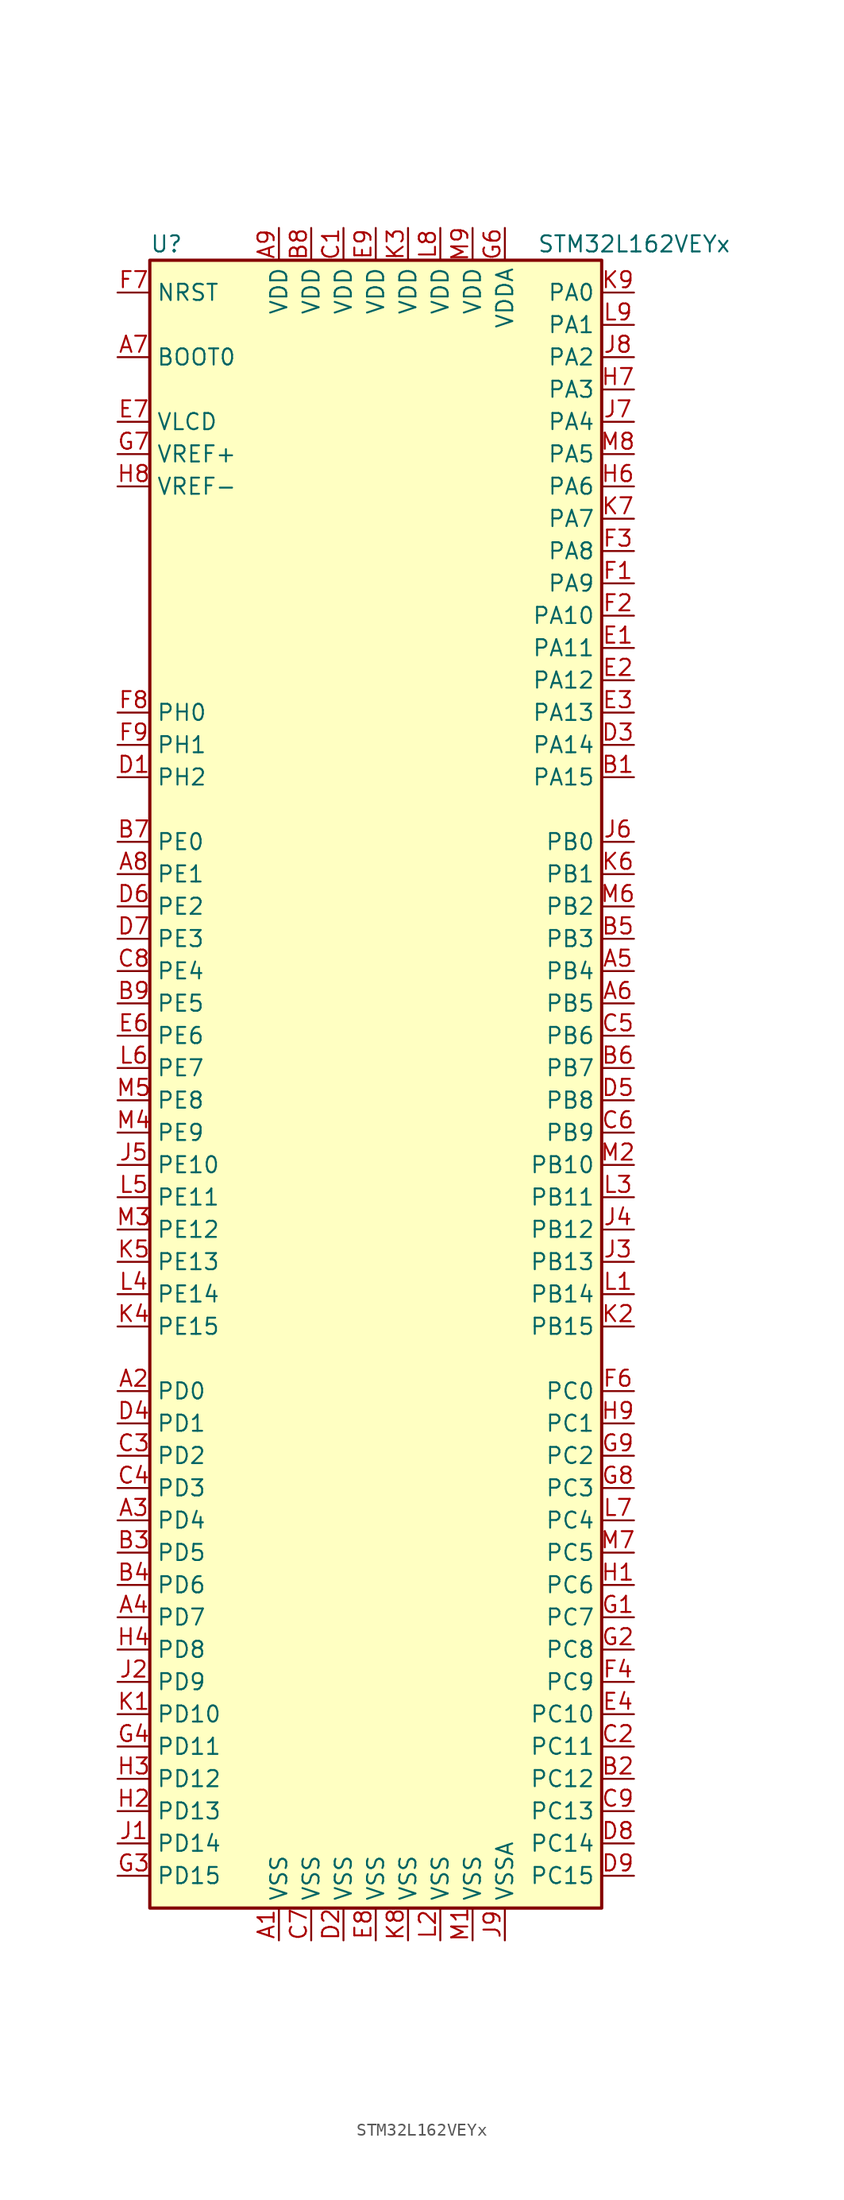
<source format=kicad_sym>
(kicad_symbol_lib
  (version 20201005)
  (generator kicad_symbol_editor)
  (symbol "MCU_ST_STM32L1:STM32L162VEYx"
    (property "Reference" "U"
      (at -17.78 64.77 0)
      (effects (font (size 1.27 1.27)) (justify left)))
    (property "Value" "STM32L162VEYx"
      (at 12.7 64.77 0)
      (effects (font (size 1.27 1.27)) (justify left)))
    (symbol "STM32L162VEYx_0_1"
      (rectangle (start -17.78 -66.04) (end 17.78 63.5) (stroke (width 0.254)) (fill (type background))))
    (symbol "STM32L162VEYx_1_1"
      (pin input line (at -20.32 55.88 0) (length 2.54) (name "BOOT0" (effects (font (size 1.27 1.27)))) (number "A7" (effects (font (size 1.27 1.27)))))
      (pin input line (at -20.32 60.96 0) (length 2.54) (name "NRST" (effects (font (size 1.27 1.27)))) (number "F7" (effects (font (size 1.27 1.27)))))
      (pin bidirectional line (at 20.32 60.96 180) (length 2.54) (name "PA0" (effects (font (size 1.27 1.27)))) (number "K9" (effects (font (size 1.27 1.27)))))
      (pin bidirectional line (at 20.32 58.42 180) (length 2.54) (name "PA1" (effects (font (size 1.27 1.27)))) (number "L9" (effects (font (size 1.27 1.27)))))
      (pin bidirectional line (at 20.32 35.56 180) (length 2.54) (name "PA10" (effects (font (size 1.27 1.27)))) (number "F2" (effects (font (size 1.27 1.27)))))
      (pin bidirectional line (at 20.32 33.02 180) (length 2.54) (name "PA11" (effects (font (size 1.27 1.27)))) (number "E1" (effects (font (size 1.27 1.27)))))
      (pin bidirectional line (at 20.32 30.48 180) (length 2.54) (name "PA12" (effects (font (size 1.27 1.27)))) (number "E2" (effects (font (size 1.27 1.27)))))
      (pin bidirectional line (at 20.32 27.94 180) (length 2.54) (name "PA13" (effects (font (size 1.27 1.27)))) (number "E3" (effects (font (size 1.27 1.27)))))
      (pin bidirectional line (at 20.32 25.4 180) (length 2.54) (name "PA14" (effects (font (size 1.27 1.27)))) (number "D3" (effects (font (size 1.27 1.27)))))
      (pin bidirectional line (at 20.32 22.86 180) (length 2.54) (name "PA15" (effects (font (size 1.27 1.27)))) (number "B1" (effects (font (size 1.27 1.27)))))
      (pin bidirectional line (at 20.32 55.88 180) (length 2.54) (name "PA2" (effects (font (size 1.27 1.27)))) (number "J8" (effects (font (size 1.27 1.27)))))
      (pin bidirectional line (at 20.32 53.34 180) (length 2.54) (name "PA3" (effects (font (size 1.27 1.27)))) (number "H7" (effects (font (size 1.27 1.27)))))
      (pin bidirectional line (at 20.32 50.8 180) (length 2.54) (name "PA4" (effects (font (size 1.27 1.27)))) (number "J7" (effects (font (size 1.27 1.27)))))
      (pin bidirectional line (at 20.32 48.26 180) (length 2.54) (name "PA5" (effects (font (size 1.27 1.27)))) (number "M8" (effects (font (size 1.27 1.27)))))
      (pin bidirectional line (at 20.32 45.72 180) (length 2.54) (name "PA6" (effects (font (size 1.27 1.27)))) (number "H6" (effects (font (size 1.27 1.27)))))
      (pin bidirectional line (at 20.32 43.18 180) (length 2.54) (name "PA7" (effects (font (size 1.27 1.27)))) (number "K7" (effects (font (size 1.27 1.27)))))
      (pin bidirectional line (at 20.32 40.64 180) (length 2.54) (name "PA8" (effects (font (size 1.27 1.27)))) (number "F3" (effects (font (size 1.27 1.27)))))
      (pin bidirectional line (at 20.32 38.1 180) (length 2.54) (name "PA9" (effects (font (size 1.27 1.27)))) (number "F1" (effects (font (size 1.27 1.27)))))
      (pin bidirectional line (at 20.32 17.78 180) (length 2.54) (name "PB0" (effects (font (size 1.27 1.27)))) (number "J6" (effects (font (size 1.27 1.27)))))
      (pin bidirectional line (at 20.32 15.24 180) (length 2.54) (name "PB1" (effects (font (size 1.27 1.27)))) (number "K6" (effects (font (size 1.27 1.27)))))
      (pin bidirectional line (at 20.32 -7.62 180) (length 2.54) (name "PB10" (effects (font (size 1.27 1.27)))) (number "M2" (effects (font (size 1.27 1.27)))))
      (pin bidirectional line (at 20.32 -10.16 180) (length 2.54) (name "PB11" (effects (font (size 1.27 1.27)))) (number "L3" (effects (font (size 1.27 1.27)))))
      (pin bidirectional line (at 20.32 -12.7 180) (length 2.54) (name "PB12" (effects (font (size 1.27 1.27)))) (number "J4" (effects (font (size 1.27 1.27)))))
      (pin bidirectional line (at 20.32 -15.24 180) (length 2.54) (name "PB13" (effects (font (size 1.27 1.27)))) (number "J3" (effects (font (size 1.27 1.27)))))
      (pin bidirectional line (at 20.32 -17.78 180) (length 2.54) (name "PB14" (effects (font (size 1.27 1.27)))) (number "L1" (effects (font (size 1.27 1.27)))))
      (pin bidirectional line (at 20.32 -20.32 180) (length 2.54) (name "PB15" (effects (font (size 1.27 1.27)))) (number "K2" (effects (font (size 1.27 1.27)))))
      (pin bidirectional line (at 20.32 12.7 180) (length 2.54) (name "PB2" (effects (font (size 1.27 1.27)))) (number "M6" (effects (font (size 1.27 1.27)))))
      (pin bidirectional line (at 20.32 10.16 180) (length 2.54) (name "PB3" (effects (font (size 1.27 1.27)))) (number "B5" (effects (font (size 1.27 1.27)))))
      (pin bidirectional line (at 20.32 7.62 180) (length 2.54) (name "PB4" (effects (font (size 1.27 1.27)))) (number "A5" (effects (font (size 1.27 1.27)))))
      (pin bidirectional line (at 20.32 5.08 180) (length 2.54) (name "PB5" (effects (font (size 1.27 1.27)))) (number "A6" (effects (font (size 1.27 1.27)))))
      (pin bidirectional line (at 20.32 2.54 180) (length 2.54) (name "PB6" (effects (font (size 1.27 1.27)))) (number "C5" (effects (font (size 1.27 1.27)))))
      (pin bidirectional line (at 20.32 0 180) (length 2.54) (name "PB7" (effects (font (size 1.27 1.27)))) (number "B6" (effects (font (size 1.27 1.27)))))
      (pin bidirectional line (at 20.32 -2.54 180) (length 2.54) (name "PB8" (effects (font (size 1.27 1.27)))) (number "D5" (effects (font (size 1.27 1.27)))))
      (pin bidirectional line (at 20.32 -5.08 180) (length 2.54) (name "PB9" (effects (font (size 1.27 1.27)))) (number "C6" (effects (font (size 1.27 1.27)))))
      (pin bidirectional line (at 20.32 -25.4 180) (length 2.54) (name "PC0" (effects (font (size 1.27 1.27)))) (number "F6" (effects (font (size 1.27 1.27)))))
      (pin bidirectional line (at 20.32 -27.94 180) (length 2.54) (name "PC1" (effects (font (size 1.27 1.27)))) (number "H9" (effects (font (size 1.27 1.27)))))
      (pin bidirectional line (at 20.32 -50.8 180) (length 2.54) (name "PC10" (effects (font (size 1.27 1.27)))) (number "E4" (effects (font (size 1.27 1.27)))))
      (pin bidirectional line (at 20.32 -53.34 180) (length 2.54) (name "PC11" (effects (font (size 1.27 1.27)))) (number "C2" (effects (font (size 1.27 1.27)))))
      (pin bidirectional line (at 20.32 -55.88 180) (length 2.54) (name "PC12" (effects (font (size 1.27 1.27)))) (number "B2" (effects (font (size 1.27 1.27)))))
      (pin bidirectional line (at 20.32 -58.42 180) (length 2.54) (name "PC13" (effects (font (size 1.27 1.27)))) (number "C9" (effects (font (size 1.27 1.27)))))
      (pin bidirectional line (at 20.32 -60.96 180) (length 2.54) (name "PC14" (effects (font (size 1.27 1.27)))) (number "D8" (effects (font (size 1.27 1.27)))))
      (pin bidirectional line (at 20.32 -63.5 180) (length 2.54) (name "PC15" (effects (font (size 1.27 1.27)))) (number "D9" (effects (font (size 1.27 1.27)))))
      (pin bidirectional line (at 20.32 -30.48 180) (length 2.54) (name "PC2" (effects (font (size 1.27 1.27)))) (number "G9" (effects (font (size 1.27 1.27)))))
      (pin bidirectional line (at 20.32 -33.02 180) (length 2.54) (name "PC3" (effects (font (size 1.27 1.27)))) (number "G8" (effects (font (size 1.27 1.27)))))
      (pin bidirectional line (at 20.32 -35.56 180) (length 2.54) (name "PC4" (effects (font (size 1.27 1.27)))) (number "L7" (effects (font (size 1.27 1.27)))))
      (pin bidirectional line (at 20.32 -38.1 180) (length 2.54) (name "PC5" (effects (font (size 1.27 1.27)))) (number "M7" (effects (font (size 1.27 1.27)))))
      (pin bidirectional line (at 20.32 -40.64 180) (length 2.54) (name "PC6" (effects (font (size 1.27 1.27)))) (number "H1" (effects (font (size 1.27 1.27)))))
      (pin bidirectional line (at 20.32 -43.18 180) (length 2.54) (name "PC7" (effects (font (size 1.27 1.27)))) (number "G1" (effects (font (size 1.27 1.27)))))
      (pin bidirectional line (at 20.32 -45.72 180) (length 2.54) (name "PC8" (effects (font (size 1.27 1.27)))) (number "G2" (effects (font (size 1.27 1.27)))))
      (pin bidirectional line (at 20.32 -48.26 180) (length 2.54) (name "PC9" (effects (font (size 1.27 1.27)))) (number "F4" (effects (font (size 1.27 1.27)))))
      (pin bidirectional line (at -20.32 -25.4 0) (length 2.54) (name "PD0" (effects (font (size 1.27 1.27)))) (number "A2" (effects (font (size 1.27 1.27)))))
      (pin bidirectional line (at -20.32 -27.94 0) (length 2.54) (name "PD1" (effects (font (size 1.27 1.27)))) (number "D4" (effects (font (size 1.27 1.27)))))
      (pin bidirectional line (at -20.32 -50.8 0) (length 2.54) (name "PD10" (effects (font (size 1.27 1.27)))) (number "K1" (effects (font (size 1.27 1.27)))))
      (pin bidirectional line (at -20.32 -53.34 0) (length 2.54) (name "PD11" (effects (font (size 1.27 1.27)))) (number "G4" (effects (font (size 1.27 1.27)))))
      (pin bidirectional line (at -20.32 -55.88 0) (length 2.54) (name "PD12" (effects (font (size 1.27 1.27)))) (number "H3" (effects (font (size 1.27 1.27)))))
      (pin bidirectional line (at -20.32 -58.42 0) (length 2.54) (name "PD13" (effects (font (size 1.27 1.27)))) (number "H2" (effects (font (size 1.27 1.27)))))
      (pin bidirectional line (at -20.32 -60.96 0) (length 2.54) (name "PD14" (effects (font (size 1.27 1.27)))) (number "J1" (effects (font (size 1.27 1.27)))))
      (pin bidirectional line (at -20.32 -63.5 0) (length 2.54) (name "PD15" (effects (font (size 1.27 1.27)))) (number "G3" (effects (font (size 1.27 1.27)))))
      (pin bidirectional line (at -20.32 -30.48 0) (length 2.54) (name "PD2" (effects (font (size 1.27 1.27)))) (number "C3" (effects (font (size 1.27 1.27)))))
      (pin bidirectional line (at -20.32 -33.02 0) (length 2.54) (name "PD3" (effects (font (size 1.27 1.27)))) (number "C4" (effects (font (size 1.27 1.27)))))
      (pin bidirectional line (at -20.32 -35.56 0) (length 2.54) (name "PD4" (effects (font (size 1.27 1.27)))) (number "A3" (effects (font (size 1.27 1.27)))))
      (pin bidirectional line (at -20.32 -38.1 0) (length 2.54) (name "PD5" (effects (font (size 1.27 1.27)))) (number "B3" (effects (font (size 1.27 1.27)))))
      (pin bidirectional line (at -20.32 -40.64 0) (length 2.54) (name "PD6" (effects (font (size 1.27 1.27)))) (number "B4" (effects (font (size 1.27 1.27)))))
      (pin bidirectional line (at -20.32 -43.18 0) (length 2.54) (name "PD7" (effects (font (size 1.27 1.27)))) (number "A4" (effects (font (size 1.27 1.27)))))
      (pin bidirectional line (at -20.32 -45.72 0) (length 2.54) (name "PD8" (effects (font (size 1.27 1.27)))) (number "H4" (effects (font (size 1.27 1.27)))))
      (pin bidirectional line (at -20.32 -48.26 0) (length 2.54) (name "PD9" (effects (font (size 1.27 1.27)))) (number "J2" (effects (font (size 1.27 1.27)))))
      (pin bidirectional line (at -20.32 17.78 0) (length 2.54) (name "PE0" (effects (font (size 1.27 1.27)))) (number "B7" (effects (font (size 1.27 1.27)))))
      (pin bidirectional line (at -20.32 15.24 0) (length 2.54) (name "PE1" (effects (font (size 1.27 1.27)))) (number "A8" (effects (font (size 1.27 1.27)))))
      (pin bidirectional line (at -20.32 -7.62 0) (length 2.54) (name "PE10" (effects (font (size 1.27 1.27)))) (number "J5" (effects (font (size 1.27 1.27)))))
      (pin bidirectional line (at -20.32 -10.16 0) (length 2.54) (name "PE11" (effects (font (size 1.27 1.27)))) (number "L5" (effects (font (size 1.27 1.27)))))
      (pin bidirectional line (at -20.32 -12.7 0) (length 2.54) (name "PE12" (effects (font (size 1.27 1.27)))) (number "M3" (effects (font (size 1.27 1.27)))))
      (pin bidirectional line (at -20.32 -15.24 0) (length 2.54) (name "PE13" (effects (font (size 1.27 1.27)))) (number "K5" (effects (font (size 1.27 1.27)))))
      (pin bidirectional line (at -20.32 -17.78 0) (length 2.54) (name "PE14" (effects (font (size 1.27 1.27)))) (number "L4" (effects (font (size 1.27 1.27)))))
      (pin bidirectional line (at -20.32 -20.32 0) (length 2.54) (name "PE15" (effects (font (size 1.27 1.27)))) (number "K4" (effects (font (size 1.27 1.27)))))
      (pin bidirectional line (at -20.32 12.7 0) (length 2.54) (name "PE2" (effects (font (size 1.27 1.27)))) (number "D6" (effects (font (size 1.27 1.27)))))
      (pin bidirectional line (at -20.32 10.16 0) (length 2.54) (name "PE3" (effects (font (size 1.27 1.27)))) (number "D7" (effects (font (size 1.27 1.27)))))
      (pin bidirectional line (at -20.32 7.62 0) (length 2.54) (name "PE4" (effects (font (size 1.27 1.27)))) (number "C8" (effects (font (size 1.27 1.27)))))
      (pin bidirectional line (at -20.32 5.08 0) (length 2.54) (name "PE5" (effects (font (size 1.27 1.27)))) (number "B9" (effects (font (size 1.27 1.27)))))
      (pin bidirectional line (at -20.32 2.54 0) (length 2.54) (name "PE6" (effects (font (size 1.27 1.27)))) (number "E6" (effects (font (size 1.27 1.27)))))
      (pin bidirectional line (at -20.32 0 0) (length 2.54) (name "PE7" (effects (font (size 1.27 1.27)))) (number "L6" (effects (font (size 1.27 1.27)))))
      (pin bidirectional line (at -20.32 -2.54 0) (length 2.54) (name "PE8" (effects (font (size 1.27 1.27)))) (number "M5" (effects (font (size 1.27 1.27)))))
      (pin bidirectional line (at -20.32 -5.08 0) (length 2.54) (name "PE9" (effects (font (size 1.27 1.27)))) (number "M4" (effects (font (size 1.27 1.27)))))
      (pin input line (at -20.32 27.94 0) (length 2.54) (name "PH0" (effects (font (size 1.27 1.27)))) (number "F8" (effects (font (size 1.27 1.27)))))
      (pin input line (at -20.32 25.4 0) (length 2.54) (name "PH1" (effects (font (size 1.27 1.27)))) (number "F9" (effects (font (size 1.27 1.27)))))
      (pin bidirectional line (at -20.32 22.86 0) (length 2.54) (name "PH2" (effects (font (size 1.27 1.27)))) (number "D1" (effects (font (size 1.27 1.27)))))
      (pin power_in line (at -7.62 66.04 270) (length 2.54) (name "VDD" (effects (font (size 1.27 1.27)))) (number "A9" (effects (font (size 1.27 1.27)))))
      (pin power_in line (at -5.08 66.04 270) (length 2.54) (name "VDD" (effects (font (size 1.27 1.27)))) (number "B8" (effects (font (size 1.27 1.27)))))
      (pin power_in line (at -2.54 66.04 270) (length 2.54) (name "VDD" (effects (font (size 1.27 1.27)))) (number "C1" (effects (font (size 1.27 1.27)))))
      (pin power_in line (at 0 66.04 270) (length 2.54) (name "VDD" (effects (font (size 1.27 1.27)))) (number "E9" (effects (font (size 1.27 1.27)))))
      (pin power_in line (at 2.54 66.04 270) (length 2.54) (name "VDD" (effects (font (size 1.27 1.27)))) (number "K3" (effects (font (size 1.27 1.27)))))
      (pin power_in line (at 5.08 66.04 270) (length 2.54) (name "VDD" (effects (font (size 1.27 1.27)))) (number "L8" (effects (font (size 1.27 1.27)))))
      (pin power_in line (at 7.62 66.04 270) (length 2.54) (name "VDD" (effects (font (size 1.27 1.27)))) (number "M9" (effects (font (size 1.27 1.27)))))
      (pin power_in line (at 10.16 66.04 270) (length 2.54) (name "VDDA" (effects (font (size 1.27 1.27)))) (number "G6" (effects (font (size 1.27 1.27)))))
      (pin power_in line (at -20.32 50.8 0) (length 2.54) (name "VLCD" (effects (font (size 1.27 1.27)))) (number "E7" (effects (font (size 1.27 1.27)))))
      (pin power_in line (at -20.32 48.26 0) (length 2.54) (name "VREF+" (effects (font (size 1.27 1.27)))) (number "G7" (effects (font (size 1.27 1.27)))))
      (pin power_in line (at -20.32 45.72 0) (length 2.54) (name "VREF-" (effects (font (size 1.27 1.27)))) (number "H8" (effects (font (size 1.27 1.27)))))
      (pin power_in line (at -7.62 -68.58 90) (length 2.54) (name "VSS" (effects (font (size 1.27 1.27)))) (number "A1" (effects (font (size 1.27 1.27)))))
      (pin power_in line (at -5.08 -68.58 90) (length 2.54) (name "VSS" (effects (font (size 1.27 1.27)))) (number "C7" (effects (font (size 1.27 1.27)))))
      (pin power_in line (at -2.54 -68.58 90) (length 2.54) (name "VSS" (effects (font (size 1.27 1.27)))) (number "D2" (effects (font (size 1.27 1.27)))))
      (pin power_in line (at 0 -68.58 90) (length 2.54) (name "VSS" (effects (font (size 1.27 1.27)))) (number "E8" (effects (font (size 1.27 1.27)))))
      (pin power_in line (at 2.54 -68.58 90) (length 2.54) (name "VSS" (effects (font (size 1.27 1.27)))) (number "K8" (effects (font (size 1.27 1.27)))))
      (pin power_in line (at 5.08 -68.58 90) (length 2.54) (name "VSS" (effects (font (size 1.27 1.27)))) (number "L2" (effects (font (size 1.27 1.27)))))
      (pin power_in line (at 7.62 -68.58 90) (length 2.54) (name "VSS" (effects (font (size 1.27 1.27)))) (number "M1" (effects (font (size 1.27 1.27)))))
      (pin power_in line (at 10.16 -68.58 90) (length 2.54) (name "VSSA" (effects (font (size 1.27 1.27)))) (number "J9" (effects (font (size 1.27 1.27))))))))
</source>
